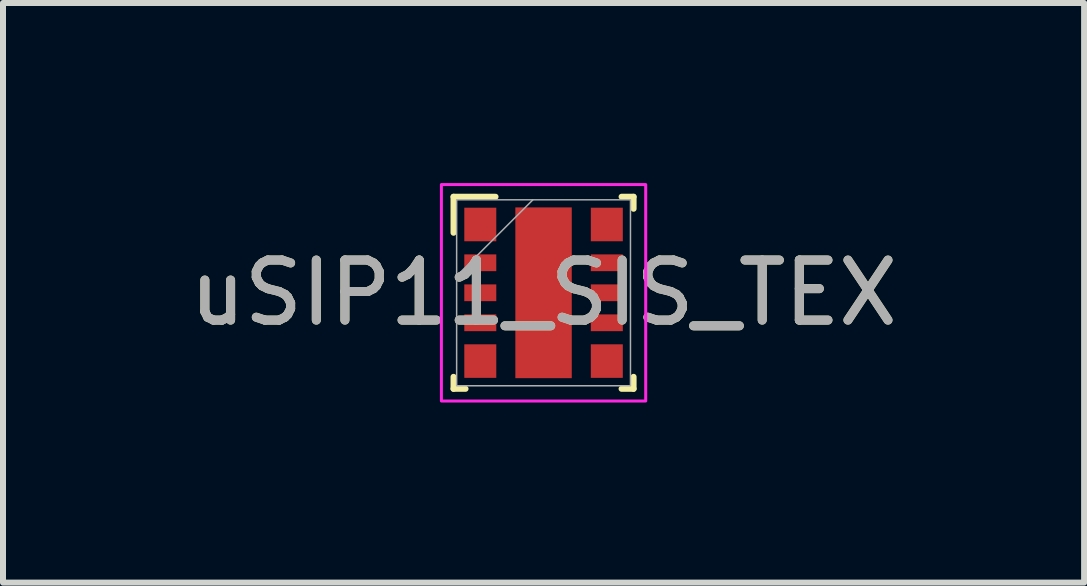
<source format=kicad_pcb>
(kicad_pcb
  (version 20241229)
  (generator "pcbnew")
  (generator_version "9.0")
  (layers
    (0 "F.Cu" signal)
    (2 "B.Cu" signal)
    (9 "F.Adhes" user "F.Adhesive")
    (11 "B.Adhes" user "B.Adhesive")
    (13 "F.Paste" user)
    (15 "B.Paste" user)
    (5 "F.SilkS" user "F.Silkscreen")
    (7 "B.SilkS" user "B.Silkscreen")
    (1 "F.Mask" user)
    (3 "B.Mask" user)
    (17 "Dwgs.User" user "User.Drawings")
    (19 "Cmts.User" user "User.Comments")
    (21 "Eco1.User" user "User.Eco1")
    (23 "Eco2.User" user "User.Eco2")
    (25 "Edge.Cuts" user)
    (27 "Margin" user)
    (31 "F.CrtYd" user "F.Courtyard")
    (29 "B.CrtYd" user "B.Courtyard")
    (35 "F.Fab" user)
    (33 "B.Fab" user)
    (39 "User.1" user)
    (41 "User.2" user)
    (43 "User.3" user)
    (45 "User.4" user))
  (footprint "uSIP11_SIS_TEX"
    (layer "F.Cu")
    (at 6.006 1.828)
    (property "Reference" "uSIP11_SIS_TEX" (at 0 0 0) (unlocked yes) (layer "F.SilkS") (effects (font (size 1 1) (thickness 0.15))))
    (attr smd)
    (fp_line (start -1.5 -1.6) (end -1.5 -1) (stroke (width 0.1) (type default)) (layer "F.SilkS"))
    (fp_line (start -1.5 -1.6) (end -0.8 -1.6) (stroke (width 0.1) (type default)) (layer "F.SilkS"))
    (fp_line (start -1.5 1.4) (end -1.5 1.6) (stroke (width 0.1) (type default)) (layer "F.SilkS"))
    (fp_line (start -1.5 1.6) (end -1.3 1.6) (stroke (width 0.1) (type default)) (layer "F.SilkS"))
    (fp_line (start 1.3 -1.6) (end 1.5 -1.6) (stroke (width 0.1) (type default)) (layer "F.SilkS"))
    (fp_line (start 1.3 1.6) (end 1.5 1.6) (stroke (width 0.1) (type default)) (layer "F.SilkS"))
    (fp_line (start 1.5 -1.6) (end 1.5 -1.4) (stroke (width 0.1) (type default)) (layer "F.SilkS"))
    (fp_line (start 1.5 1.6) (end 1.5 1.4) (stroke (width 0.1) (type default)) (layer "F.SilkS"))
    (fp_poly (pts (xy -0.37 -1.322) (xy -0.37 -0.1) (xy 0.37 -0.1) (xy 0.37 -1.322)) (stroke (width 0) (type solid)) (fill yes) (layer "F.Paste"))
    (fp_poly (pts (xy -0.37 0.1) (xy -0.37 1.322) (xy 0.37 1.322) (xy 0.37 0.1)) (stroke (width 0) (type solid)) (fill yes) (layer "F.Paste"))
    (fp_rect (start -1.702 -1.803) (end 1.702 1.803) (stroke (width 0.05) (type solid)) (fill no) (layer "F.CrtYd"))
    (fp_line (start -1.448 -0.279) (end -0.178 -1.549) (stroke (width 0.025) (type solid)) (layer "F.Fab"))
    (fp_rect (start -1.448 -1.549) (end 1.448 1.549) (stroke (width 0.025) (type solid)) (fill no) (layer "F.Fab"))
    (fp_text user "${REFERENCE}" (at 0 0 0) (unlocked yes) (layer "F.Fab") (effects (font (size 1 1) (thickness 0.15))))
    (pad "1" smd rect (at -1.054 -1.138 90) (size 0.559 0.533) (layers "F.Cu" "F.Mask" "F.Paste"))
    (pad "2" smd rect (at -1.054 -0.5 90) (size 0.279 0.533) (layers "F.Cu" "F.Mask" "F.Paste"))
    (pad "3" smd rect (at -1.054 0 90) (size 0.279 0.533) (layers "F.Cu" "F.Mask" "F.Paste"))
    (pad "4" smd rect (at -1.054 0.5 90) (size 0.279 0.533) (layers "F.Cu" "F.Mask" "F.Paste"))
    (pad "5" smd rect (at -1.054 1.138 90) (size 0.559 0.533) (layers "F.Cu" "F.Mask" "F.Paste"))
    (pad "6" smd rect (at 1.054 1.138 90) (size 0.559 0.533) (layers "F.Cu" "F.Mask" "F.Paste"))
    (pad "7" smd rect (at 1.054 0.5 90) (size 0.279 0.533) (layers "F.Cu" "F.Mask" "F.Paste"))
    (pad "8" smd rect (at 1.054 0 90) (size 0.279 0.533) (layers "F.Cu" "F.Mask" "F.Paste"))
    (pad "9" smd rect (at 1.054 -0.5 90) (size 0.279 0.533) (layers "F.Cu" "F.Mask" "F.Paste"))
    (pad "10" smd rect (at 1.054 -1.138 90) (size 0.559 0.533) (layers "F.Cu" "F.Mask" "F.Paste"))
    (pad "11" smd rect (at 0 0) (size 0.94 2.845) (layers "F.Cu" "F.Mask")))
  (gr_rect
    (start -3 -3)
    (end 15.012 6.657)
    (stroke (width 0.1) (type default))
    (fill no)
    (layer "Edge.Cuts")))
</source>
